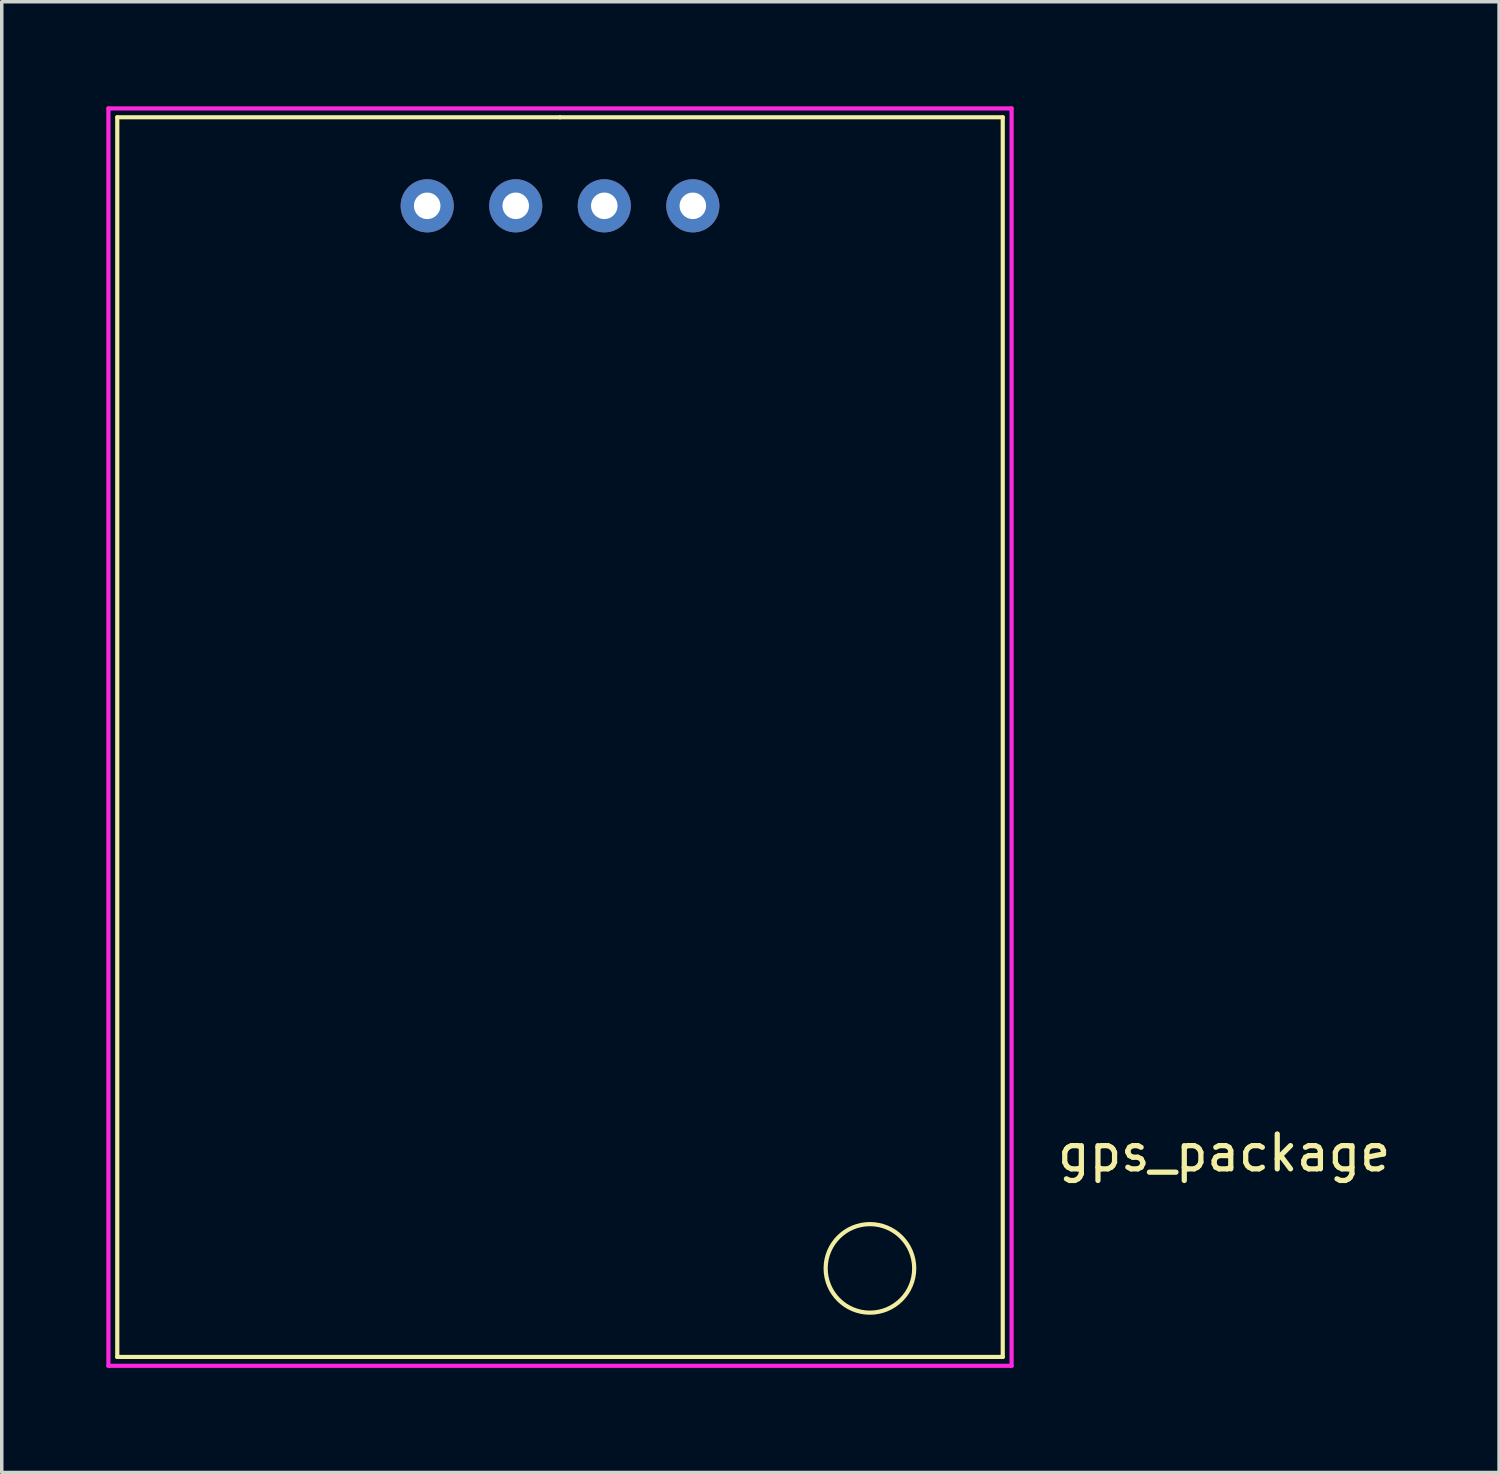
<source format=kicad_pcb>
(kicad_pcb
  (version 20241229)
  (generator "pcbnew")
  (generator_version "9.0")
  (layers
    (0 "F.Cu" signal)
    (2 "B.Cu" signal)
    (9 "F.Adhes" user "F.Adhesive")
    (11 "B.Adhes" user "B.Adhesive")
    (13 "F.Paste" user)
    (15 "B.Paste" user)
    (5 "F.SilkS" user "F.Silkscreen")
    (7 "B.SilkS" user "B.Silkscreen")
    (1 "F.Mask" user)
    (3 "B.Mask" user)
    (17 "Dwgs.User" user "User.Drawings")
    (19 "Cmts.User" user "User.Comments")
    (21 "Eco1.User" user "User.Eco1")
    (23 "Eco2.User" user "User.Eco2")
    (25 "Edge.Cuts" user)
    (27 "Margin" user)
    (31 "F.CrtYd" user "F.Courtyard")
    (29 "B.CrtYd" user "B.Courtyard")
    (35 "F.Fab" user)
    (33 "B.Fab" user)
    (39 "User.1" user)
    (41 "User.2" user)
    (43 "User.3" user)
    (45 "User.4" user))
  (footprint "gps_package"
    (layer "F.Cu")
    (at 14.284 20.634)
    (property "Reference" "gps_package" (at 17.78 9.39 0) (layer "F.SilkS") (effects (font (size 1 1) (thickness 0.15))))
    (attr through_hole)
    (fp_line (start -13.97 -20.32) (end -1.27 -20.32) (stroke (width 0.12) (type solid)) (layer "F.SilkS"))
    (fp_line (start -13.97 15.24) (end -13.97 -20.32) (stroke (width 0.12) (type solid)) (layer "F.SilkS"))
    (fp_line (start -1.27 -20.32) (end 11.43 -20.32) (stroke (width 0.12) (type solid)) (layer "F.SilkS"))
    (fp_line (start 11.43 -20.32) (end 11.43 15.24) (stroke (width 0.12) (type solid)) (layer "F.SilkS"))
    (fp_line (start 11.43 15.24) (end -13.97 15.24) (stroke (width 0.12) (type solid)) (layer "F.SilkS"))
    (fp_circle (center 7.62 12.7) (end 6.35 12.7) (stroke (width 0.12) (type solid)) (fill no) (layer "F.SilkS"))
    (fp_line (start -14.224 -20.574) (end 11.684 -20.574) (stroke (width 0.12) (type solid)) (layer "F.CrtYd"))
    (fp_line (start -14.224 15.494) (end -14.224 -20.574) (stroke (width 0.12) (type solid)) (layer "F.CrtYd"))
    (fp_line (start 11.684 -20.574) (end 11.684 15.494) (stroke (width 0.12) (type solid)) (layer "F.CrtYd"))
    (fp_line (start 11.684 15.494) (end -14.224 15.494) (stroke (width 0.12) (type solid)) (layer "F.CrtYd"))
    (pad "1" thru_hole circle (at -5.08 -17.78) (size 1.524 1.524) (drill 0.762) (layers "*.Cu" "*.Mask"))
    (pad "2" thru_hole circle (at -2.54 -17.78) (size 1.524 1.524) (drill 0.762) (layers "*.Cu" "*.Mask"))
    (pad "3" thru_hole circle (at 0 -17.78) (size 1.524 1.524) (drill 0.762) (layers "*.Cu" "*.Mask"))
    (pad "4" thru_hole circle (at 2.54 -17.78) (size 1.524 1.524) (drill 0.762) (layers "*.Cu" "*.Mask")))
  (gr_rect
    (start -3 -3)
    (end 39.951 39.188)
    (stroke (width 0.1) (type default))
    (fill no)
    (layer "Edge.Cuts")))
</source>
